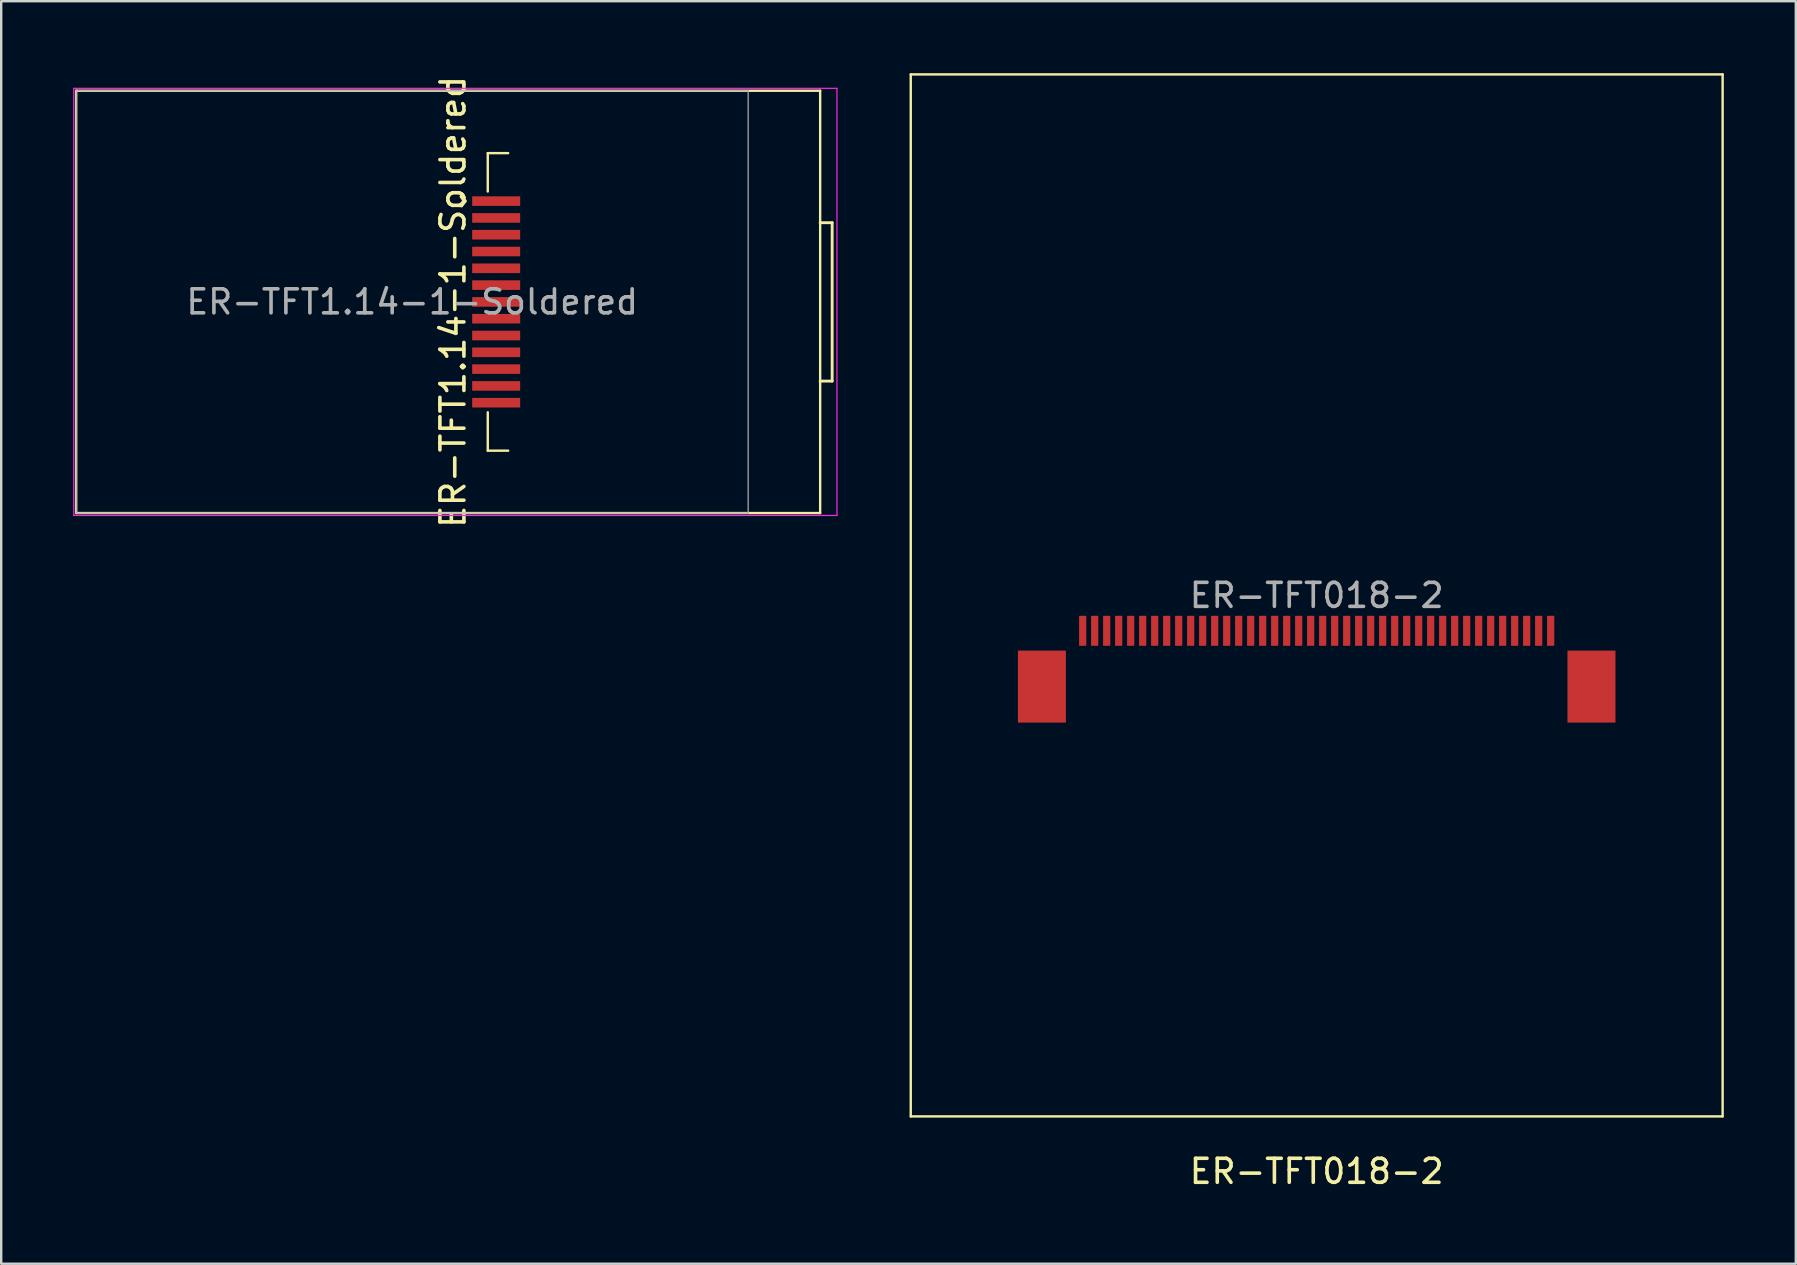
<source format=kicad_pcb>
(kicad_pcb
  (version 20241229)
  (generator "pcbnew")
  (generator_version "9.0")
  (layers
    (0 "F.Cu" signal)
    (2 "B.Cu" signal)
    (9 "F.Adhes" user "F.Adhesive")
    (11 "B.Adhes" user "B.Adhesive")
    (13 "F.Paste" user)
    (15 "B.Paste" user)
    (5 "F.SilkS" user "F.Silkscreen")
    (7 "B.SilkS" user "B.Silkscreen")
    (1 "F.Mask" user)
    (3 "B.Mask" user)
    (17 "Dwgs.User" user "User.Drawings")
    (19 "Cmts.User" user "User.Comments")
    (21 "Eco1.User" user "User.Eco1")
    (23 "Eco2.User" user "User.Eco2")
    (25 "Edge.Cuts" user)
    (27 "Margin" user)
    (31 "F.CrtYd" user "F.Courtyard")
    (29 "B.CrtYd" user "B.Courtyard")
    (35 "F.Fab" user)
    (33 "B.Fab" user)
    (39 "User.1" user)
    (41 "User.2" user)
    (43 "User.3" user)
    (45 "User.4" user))
  (footprint "ER-TFT1.14-1-Soldered"
    (layer "F.Cu")
    (at 14.125 9.53)
    (property "Reference" "ER-TFT1.14-1-Soldered" (at 1.7 0 90) (unlocked yes) (layer "F.SilkS") (effects (font (size 1 1) (thickness 0.15))))
    (attr smd)
    (fp_line (start -14 -8.8) (end -14 8.8) (stroke (width 0.1) (type solid)) (layer "F.SilkS"))
    (fp_line (start -14 -8.8) (end 17 -8.8) (stroke (width 0.1) (type solid)) (layer "F.SilkS"))
    (fp_line (start 3.15 -6.2) (end 4 -6.2) (stroke (width 0.1) (type solid)) (layer "F.SilkS"))
    (fp_line (start 3.15 -4.6) (end 3.15 -6.2) (stroke (width 0.1) (type solid)) (layer "F.SilkS"))
    (fp_line (start 3.15 4.6) (end 3.15 6.2) (stroke (width 0.1) (type solid)) (layer "F.SilkS"))
    (fp_line (start 4 6.2) (end 3.15 6.2) (stroke (width 0.1) (type solid)) (layer "F.SilkS"))
    (fp_line (start 17 -8.8) (end 17 8.8) (stroke (width 0.1) (type solid)) (layer "F.SilkS"))
    (fp_line (start 17 -3.3) (end 17.5 -3.3) (stroke (width 0.12) (type solid)) (layer "F.SilkS"))
    (fp_line (start 17 8.8) (end -14 8.8) (stroke (width 0.1) (type solid)) (layer "F.SilkS"))
    (fp_line (start 17.5 -3.3) (end 17.5 3.3) (stroke (width 0.12) (type solid)) (layer "F.SilkS"))
    (fp_line (start 17.5 3.3) (end 17 3.3) (stroke (width 0.12) (type solid)) (layer "F.SilkS"))
    (fp_line (start -14.1 -8.9) (end 17.7 -8.9) (stroke (width 0.05) (type solid)) (layer "F.CrtYd"))
    (fp_line (start -14.1 8.9) (end -14.1 -8.9) (stroke (width 0.05) (type solid)) (layer "F.CrtYd"))
    (fp_line (start 17.7 8.9) (end -14.1 8.9) (stroke (width 0.05) (type solid)) (layer "F.CrtYd"))
    (fp_line (start 17.7 8.9) (end 17.7 -8.9) (stroke (width 0.05) (type solid)) (layer "F.CrtYd"))
    (fp_line (start -14 -8.8) (end -14 8.8) (stroke (width 0.05) (type solid)) (layer "F.Fab"))
    (fp_line (start -14 8.8) (end 14 8.8) (stroke (width 0.05) (type solid)) (layer "F.Fab"))
    (fp_line (start 14 -8.8) (end -14 -8.8) (stroke (width 0.05) (type solid)) (layer "F.Fab"))
    (fp_line (start 14 8.8) (end 14 -8.8) (stroke (width 0.05) (type solid)) (layer "F.Fab"))
    (fp_text user "^" (at 1.6 -4.2 270) (unlocked yes) (layer "F.SilkS") (effects (font (size 1 1) (thickness 0.15))))
    (fp_text user "${REFERENCE}" (at 0 0 0) (unlocked yes) (layer "F.Fab") (effects (font (size 1 1) (thickness 0.15))))
    (pad "1" smd rect (at 3.5 -4.2) (size 2 0.4) (layers "F.Cu" "F.Mask" "F.Paste"))
    (pad "2" smd rect (at 3.5 -3.5) (size 2 0.4) (layers "F.Cu" "F.Mask" "F.Paste"))
    (pad "3" smd rect (at 3.5 -2.8) (size 2 0.4) (layers "F.Cu" "F.Mask" "F.Paste"))
    (pad "4" smd rect (at 3.5 -2.1) (size 2 0.4) (layers "F.Cu" "F.Mask" "F.Paste"))
    (pad "5" smd rect (at 3.5 -1.4) (size 2 0.4) (layers "F.Cu" "F.Mask" "F.Paste"))
    (pad "6" smd rect (at 3.5 -0.7) (size 2 0.4) (layers "F.Cu" "F.Mask" "F.Paste"))
    (pad "7" smd rect (at 3.5 0) (size 2 0.4) (layers "F.Cu" "F.Mask" "F.Paste"))
    (pad "8" smd rect (at 3.5 0.7) (size 2 0.4) (layers "F.Cu" "F.Mask" "F.Paste"))
    (pad "9" smd rect (at 3.5 1.4) (size 2 0.4) (layers "F.Cu" "F.Mask" "F.Paste"))
    (pad "10" smd rect (at 3.5 2.1) (size 2 0.4) (layers "F.Cu" "F.Mask" "F.Paste"))
    (pad "11" smd rect (at 3.5 2.8) (size 2 0.4) (layers "F.Cu" "F.Mask" "F.Paste"))
    (pad "12" smd rect (at 3.5 3.5) (size 2 0.4) (layers "F.Cu" "F.Mask" "F.Paste"))
    (pad "13" smd rect (at 3.5 4.2) (size 2 0.4) (layers "F.Cu" "F.Mask" "F.Paste")))
  (footprint "ER-TFT018-2"
    (layer "F.Cu")
    (at 51.815 21.76)
    (property "Reference" "ER-TFT018-2" (at 0 24 0) (unlocked yes) (layer "F.SilkS") (effects (font (size 1 1) (thickness 0.15))))
    (fp_line (start -16.915 -21.71) (end -16.915 21.71) (stroke (width 0.1) (type solid)) (layer "F.SilkS"))
    (fp_line (start -16.915 -21.71) (end 16.915 -21.71) (stroke (width 0.1) (type solid)) (layer "F.SilkS"))
    (fp_line (start -16.915 21.71) (end 16.915 21.71) (stroke (width 0.1) (type solid)) (layer "F.SilkS"))
    (fp_line (start 16.915 -21.71) (end 16.915 21.71) (stroke (width 0.1) (type solid)) (layer "F.SilkS"))
    (fp_text user "${REFERENCE}" (at 0 0 0) (unlocked yes) (layer "F.Fab") (effects (font (size 1 1) (thickness 0.15))))
    (pad "" smd rect (at -11.45 3.8) (size 2 3) (layers "F.Cu" "F.Mask" "F.Paste"))
    (pad "" smd rect (at 11.45 3.8) (size 2 3) (layers "F.Cu" "F.Mask" "F.Paste"))
    (pad "1" smd rect (at -9.75 1.475) (size 0.3 1.25) (layers "F.Cu" "F.Mask" "F.Paste"))
    (pad "2" smd rect (at -9.25 1.475) (size 0.3 1.25) (layers "F.Cu" "F.Mask" "F.Paste"))
    (pad "3" smd rect (at -8.75 1.475) (size 0.3 1.25) (layers "F.Cu" "F.Mask" "F.Paste"))
    (pad "4" smd rect (at -8.25 1.475) (size 0.3 1.25) (layers "F.Cu" "F.Mask" "F.Paste"))
    (pad "5" smd rect (at -7.75 1.475) (size 0.3 1.25) (layers "F.Cu" "F.Mask" "F.Paste"))
    (pad "6" smd rect (at -7.25 1.475) (size 0.3 1.25) (layers "F.Cu" "F.Mask" "F.Paste"))
    (pad "7" smd rect (at -6.75 1.475) (size 0.3 1.25) (layers "F.Cu" "F.Mask" "F.Paste"))
    (pad "8" smd rect (at -6.25 1.475) (size 0.3 1.25) (layers "F.Cu" "F.Mask" "F.Paste"))
    (pad "9" smd rect (at -5.75 1.475) (size 0.3 1.25) (layers "F.Cu" "F.Mask" "F.Paste"))
    (pad "10" smd rect (at -5.25 1.475) (size 0.3 1.25) (layers "F.Cu" "F.Mask" "F.Paste"))
    (pad "11" smd rect (at -4.75 1.475) (size 0.3 1.25) (layers "F.Cu" "F.Mask" "F.Paste"))
    (pad "12" smd rect (at -4.25 1.475) (size 0.3 1.25) (layers "F.Cu" "F.Mask" "F.Paste"))
    (pad "13" smd rect (at -3.75 1.475) (size 0.3 1.25) (layers "F.Cu" "F.Mask" "F.Paste"))
    (pad "14" smd rect (at -3.25 1.475) (size 0.3 1.25) (layers "F.Cu" "F.Mask" "F.Paste"))
    (pad "15" smd rect (at -2.75 1.475) (size 0.3 1.25) (layers "F.Cu" "F.Mask" "F.Paste"))
    (pad "16" smd rect (at -2.25 1.475) (size 0.3 1.25) (layers "F.Cu" "F.Mask" "F.Paste"))
    (pad "17" smd rect (at -1.75 1.475) (size 0.3 1.25) (layers "F.Cu" "F.Mask" "F.Paste"))
    (pad "18" smd rect (at -1.25 1.475) (size 0.3 1.25) (layers "F.Cu" "F.Mask" "F.Paste"))
    (pad "19" smd rect (at -0.75 1.475) (size 0.3 1.25) (layers "F.Cu" "F.Mask" "F.Paste"))
    (pad "20" smd rect (at -0.25 1.475) (size 0.3 1.25) (layers "F.Cu" "F.Mask" "F.Paste"))
    (pad "21" smd rect (at 0.25 1.475) (size 0.3 1.25) (layers "F.Cu" "F.Mask" "F.Paste"))
    (pad "22" smd rect (at 0.75 1.475) (size 0.3 1.25) (layers "F.Cu" "F.Mask" "F.Paste"))
    (pad "23" smd rect (at 1.25 1.475) (size 0.3 1.25) (layers "F.Cu" "F.Mask" "F.Paste"))
    (pad "24" smd rect (at 1.75 1.475) (size 0.3 1.25) (layers "F.Cu" "F.Mask" "F.Paste"))
    (pad "25" smd rect (at 2.25 1.475) (size 0.3 1.25) (layers "F.Cu" "F.Mask" "F.Paste"))
    (pad "26" smd rect (at 2.75 1.475) (size 0.3 1.25) (layers "F.Cu" "F.Mask" "F.Paste"))
    (pad "27" smd rect (at 3.25 1.475) (size 0.3 1.25) (layers "F.Cu" "F.Mask" "F.Paste"))
    (pad "28" smd rect (at 3.75 1.475) (size 0.3 1.25) (layers "F.Cu" "F.Mask" "F.Paste"))
    (pad "29" smd rect (at 4.25 1.475) (size 0.3 1.25) (layers "F.Cu" "F.Mask" "F.Paste"))
    (pad "30" smd rect (at 4.75 1.475) (size 0.3 1.25) (layers "F.Cu" "F.Mask" "F.Paste"))
    (pad "31" smd rect (at 5.25 1.475) (size 0.3 1.25) (layers "F.Cu" "F.Mask" "F.Paste"))
    (pad "32" smd rect (at 5.75 1.475) (size 0.3 1.25) (layers "F.Cu" "F.Mask" "F.Paste"))
    (pad "33" smd rect (at 6.25 1.475) (size 0.3 1.25) (layers "F.Cu" "F.Mask" "F.Paste"))
    (pad "34" smd rect (at 6.75 1.475) (size 0.3 1.25) (layers "F.Cu" "F.Mask" "F.Paste"))
    (pad "35" smd rect (at 7.25 1.475) (size 0.3 1.25) (layers "F.Cu" "F.Mask" "F.Paste"))
    (pad "36" smd rect (at 7.75 1.475) (size 0.3 1.25) (layers "F.Cu" "F.Mask" "F.Paste"))
    (pad "37" smd rect (at 8.25 1.475) (size 0.3 1.25) (layers "F.Cu" "F.Mask" "F.Paste"))
    (pad "38" smd rect (at 8.75 1.475) (size 0.3 1.25) (layers "F.Cu" "F.Mask" "F.Paste"))
    (pad "39" smd rect (at 9.25 1.475) (size 0.3 1.25) (layers "F.Cu" "F.Mask" "F.Paste"))
    (pad "40" smd rect (at 9.75 1.475) (size 0.3 1.25) (layers "F.Cu" "F.Mask" "F.Paste")))
  (gr_rect
    (start -3 -3)
    (end 71.78 49.608)
    (stroke (width 0.1) (type default))
    (fill no)
    (layer "Edge.Cuts")))
</source>
